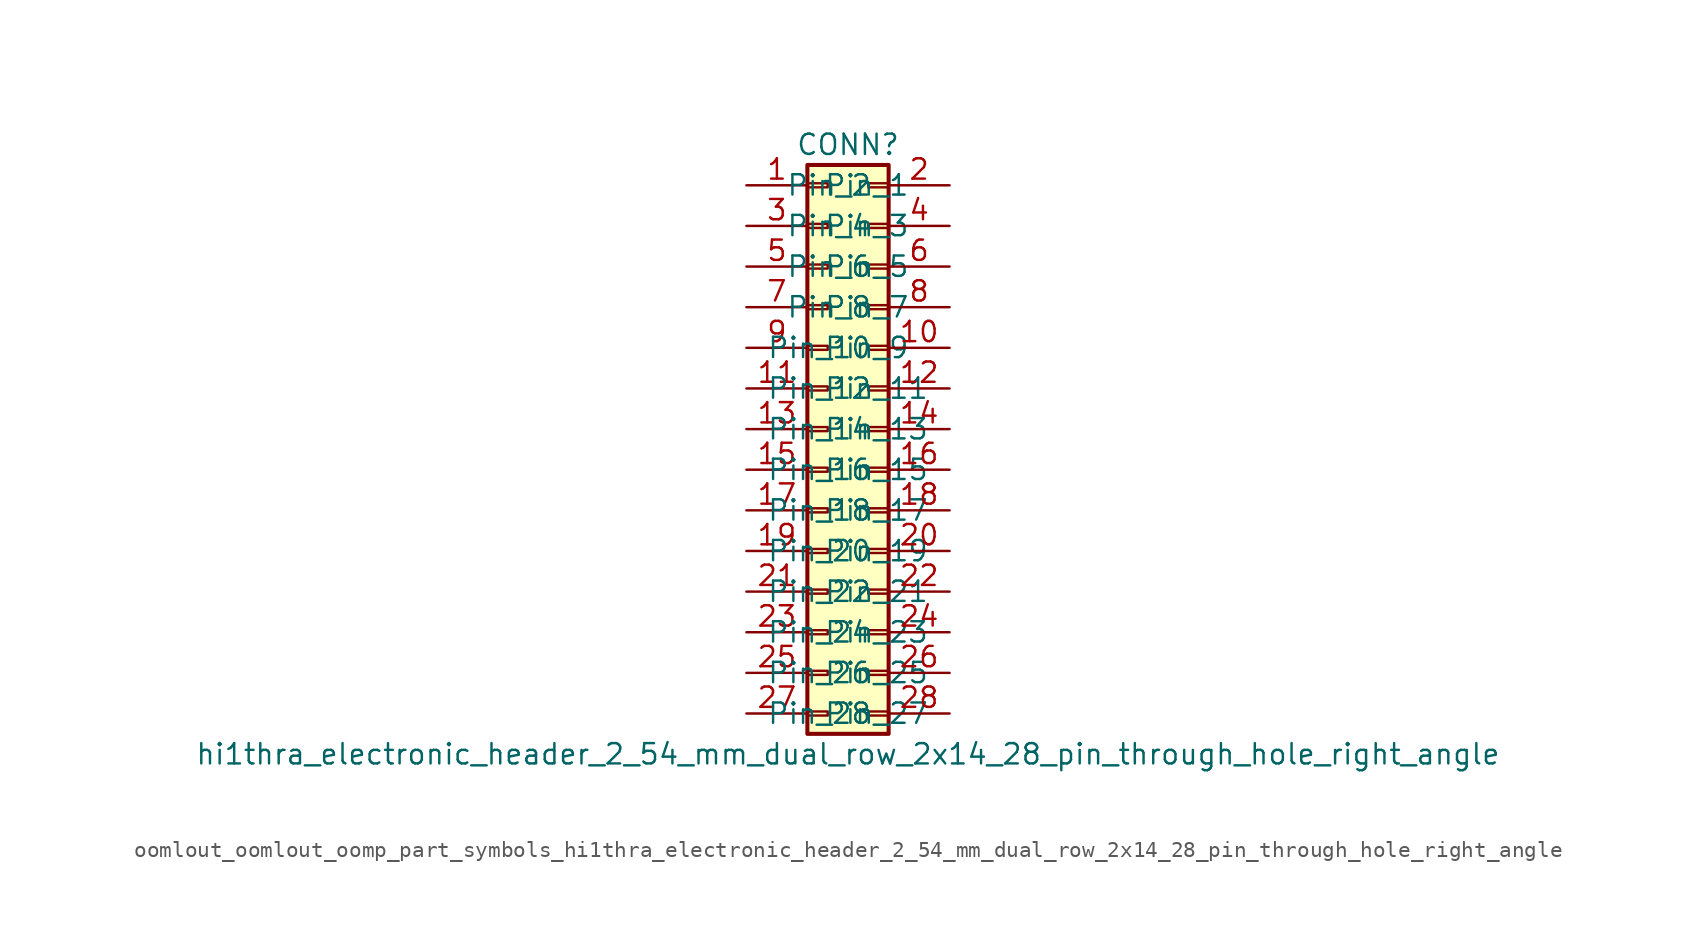
<source format=kicad_sym>
(kicad_symbol_lib
  (version 20220914)
  (generator kicad_symbol_editor)
  (symbol "oomlout_oomlout_oomp_part_symbols_hi1thra_electronic_header_2_54_mm_dual_row_2x14_28_pin_through_hole_right_angle"
    (pin_names
      (offset 1.016))
    (property "Reference" "CONN"
      (at 1.27 17.78 0)
      (effects (font (size 1.27 1.27))))
    (property "Value" "hi1thra_electronic_header_2_54_mm_dual_row_2x14_28_pin_through_hole_right_angle"
      (at 1.27 -20.32 0)
      (effects (font (size 1.27 1.27))))
    (symbol "oomlout_oomlout_oomp_part_symbols_hi1thra_electronic_header_2_54_mm_dual_row_2x14_28_pin_through_hole_right_angle_1_1"
      (rectangle (start -1.27 -17.653) (end 0 -17.907) (stroke (width 0.152) (type default)) (fill (type none)))
      (rectangle (start -1.27 -15.113) (end 0 -15.367) (stroke (width 0.152) (type default)) (fill (type none)))
      (rectangle (start -1.27 -12.573) (end 0 -12.827) (stroke (width 0.152) (type default)) (fill (type none)))
      (rectangle (start -1.27 -10.033) (end 0 -10.287) (stroke (width 0.152) (type default)) (fill (type none)))
      (rectangle (start -1.27 -7.493) (end 0 -7.747) (stroke (width 0.152) (type default)) (fill (type none)))
      (rectangle (start -1.27 -4.953) (end 0 -5.207) (stroke (width 0.152) (type default)) (fill (type none)))
      (rectangle (start -1.27 -2.413) (end 0 -2.667) (stroke (width 0.152) (type default)) (fill (type none)))
      (rectangle (start -1.27 0.127) (end 0 -0.127) (stroke (width 0.152) (type default)) (fill (type none)))
      (rectangle (start -1.27 2.667) (end 0 2.413) (stroke (width 0.152) (type default)) (fill (type none)))
      (rectangle (start -1.27 5.207) (end 0 4.953) (stroke (width 0.152) (type default)) (fill (type none)))
      (rectangle (start -1.27 7.747) (end 0 7.493) (stroke (width 0.152) (type default)) (fill (type none)))
      (rectangle (start -1.27 10.287) (end 0 10.033) (stroke (width 0.152) (type default)) (fill (type none)))
      (rectangle (start -1.27 12.827) (end 0 12.573) (stroke (width 0.152) (type default)) (fill (type none)))
      (rectangle (start -1.27 15.367) (end 0 15.113) (stroke (width 0.152) (type default)) (fill (type none)))
      (rectangle (start -1.27 16.51) (end 3.81 -19.05) (stroke (width 0.254) (type default)) (fill (type background)))
      (rectangle (start 3.81 -17.653) (end 2.54 -17.907) (stroke (width 0.152) (type default)) (fill (type none)))
      (rectangle (start 3.81 -15.113) (end 2.54 -15.367) (stroke (width 0.152) (type default)) (fill (type none)))
      (rectangle (start 3.81 -12.573) (end 2.54 -12.827) (stroke (width 0.152) (type default)) (fill (type none)))
      (rectangle (start 3.81 -10.033) (end 2.54 -10.287) (stroke (width 0.152) (type default)) (fill (type none)))
      (rectangle (start 3.81 -7.493) (end 2.54 -7.747) (stroke (width 0.152) (type default)) (fill (type none)))
      (rectangle (start 3.81 -4.953) (end 2.54 -5.207) (stroke (width 0.152) (type default)) (fill (type none)))
      (rectangle (start 3.81 -2.413) (end 2.54 -2.667) (stroke (width 0.152) (type default)) (fill (type none)))
      (rectangle (start 3.81 0.127) (end 2.54 -0.127) (stroke (width 0.152) (type default)) (fill (type none)))
      (rectangle (start 3.81 2.667) (end 2.54 2.413) (stroke (width 0.152) (type default)) (fill (type none)))
      (rectangle (start 3.81 5.207) (end 2.54 4.953) (stroke (width 0.152) (type default)) (fill (type none)))
      (rectangle (start 3.81 7.747) (end 2.54 7.493) (stroke (width 0.152) (type default)) (fill (type none)))
      (rectangle (start 3.81 10.287) (end 2.54 10.033) (stroke (width 0.152) (type default)) (fill (type none)))
      (rectangle (start 3.81 12.827) (end 2.54 12.573) (stroke (width 0.152) (type default)) (fill (type none)))
      (rectangle (start 3.81 15.367) (end 2.54 15.113) (stroke (width 0.152) (type default)) (fill (type none)))
      (pin passive line (at -5.08 15.24 0) (length 3.81) (name "Pin_1" (effects (font (size 1.27 1.27)))) (number "1" (effects (font (size 1.27 1.27)))))
      (pin passive line (at 7.62 5.08 180) (length 3.81) (name "Pin_10" (effects (font (size 1.27 1.27)))) (number "10" (effects (font (size 1.27 1.27)))))
      (pin passive line (at -5.08 2.54 0) (length 3.81) (name "Pin_11" (effects (font (size 1.27 1.27)))) (number "11" (effects (font (size 1.27 1.27)))))
      (pin passive line (at 7.62 2.54 180) (length 3.81) (name "Pin_12" (effects (font (size 1.27 1.27)))) (number "12" (effects (font (size 1.27 1.27)))))
      (pin passive line (at -5.08 0 0) (length 3.81) (name "Pin_13" (effects (font (size 1.27 1.27)))) (number "13" (effects (font (size 1.27 1.27)))))
      (pin passive line (at 7.62 0 180) (length 3.81) (name "Pin_14" (effects (font (size 1.27 1.27)))) (number "14" (effects (font (size 1.27 1.27)))))
      (pin passive line (at -5.08 -2.54 0) (length 3.81) (name "Pin_15" (effects (font (size 1.27 1.27)))) (number "15" (effects (font (size 1.27 1.27)))))
      (pin passive line (at 7.62 -2.54 180) (length 3.81) (name "Pin_16" (effects (font (size 1.27 1.27)))) (number "16" (effects (font (size 1.27 1.27)))))
      (pin passive line (at -5.08 -5.08 0) (length 3.81) (name "Pin_17" (effects (font (size 1.27 1.27)))) (number "17" (effects (font (size 1.27 1.27)))))
      (pin passive line (at 7.62 -5.08 180) (length 3.81) (name "Pin_18" (effects (font (size 1.27 1.27)))) (number "18" (effects (font (size 1.27 1.27)))))
      (pin passive line (at -5.08 -7.62 0) (length 3.81) (name "Pin_19" (effects (font (size 1.27 1.27)))) (number "19" (effects (font (size 1.27 1.27)))))
      (pin passive line (at 7.62 15.24 180) (length 3.81) (name "Pin_2" (effects (font (size 1.27 1.27)))) (number "2" (effects (font (size 1.27 1.27)))))
      (pin passive line (at 7.62 -7.62 180) (length 3.81) (name "Pin_20" (effects (font (size 1.27 1.27)))) (number "20" (effects (font (size 1.27 1.27)))))
      (pin passive line (at -5.08 -10.16 0) (length 3.81) (name "Pin_21" (effects (font (size 1.27 1.27)))) (number "21" (effects (font (size 1.27 1.27)))))
      (pin passive line (at 7.62 -10.16 180) (length 3.81) (name "Pin_22" (effects (font (size 1.27 1.27)))) (number "22" (effects (font (size 1.27 1.27)))))
      (pin passive line (at -5.08 -12.7 0) (length 3.81) (name "Pin_23" (effects (font (size 1.27 1.27)))) (number "23" (effects (font (size 1.27 1.27)))))
      (pin passive line (at 7.62 -12.7 180) (length 3.81) (name "Pin_24" (effects (font (size 1.27 1.27)))) (number "24" (effects (font (size 1.27 1.27)))))
      (pin passive line (at -5.08 -15.24 0) (length 3.81) (name "Pin_25" (effects (font (size 1.27 1.27)))) (number "25" (effects (font (size 1.27 1.27)))))
      (pin passive line (at 7.62 -15.24 180) (length 3.81) (name "Pin_26" (effects (font (size 1.27 1.27)))) (number "26" (effects (font (size 1.27 1.27)))))
      (pin passive line (at -5.08 -17.78 0) (length 3.81) (name "Pin_27" (effects (font (size 1.27 1.27)))) (number "27" (effects (font (size 1.27 1.27)))))
      (pin passive line (at 7.62 -17.78 180) (length 3.81) (name "Pin_28" (effects (font (size 1.27 1.27)))) (number "28" (effects (font (size 1.27 1.27)))))
      (pin passive line (at -5.08 12.7 0) (length 3.81) (name "Pin_3" (effects (font (size 1.27 1.27)))) (number "3" (effects (font (size 1.27 1.27)))))
      (pin passive line (at 7.62 12.7 180) (length 3.81) (name "Pin_4" (effects (font (size 1.27 1.27)))) (number "4" (effects (font (size 1.27 1.27)))))
      (pin passive line (at -5.08 10.16 0) (length 3.81) (name "Pin_5" (effects (font (size 1.27 1.27)))) (number "5" (effects (font (size 1.27 1.27)))))
      (pin passive line (at 7.62 10.16 180) (length 3.81) (name "Pin_6" (effects (font (size 1.27 1.27)))) (number "6" (effects (font (size 1.27 1.27)))))
      (pin passive line (at -5.08 7.62 0) (length 3.81) (name "Pin_7" (effects (font (size 1.27 1.27)))) (number "7" (effects (font (size 1.27 1.27)))))
      (pin passive line (at 7.62 7.62 180) (length 3.81) (name "Pin_8" (effects (font (size 1.27 1.27)))) (number "8" (effects (font (size 1.27 1.27)))))
      (pin passive line (at -5.08 5.08 0) (length 3.81) (name "Pin_9" (effects (font (size 1.27 1.27)))) (number "9" (effects (font (size 1.27 1.27))))))))
</source>
